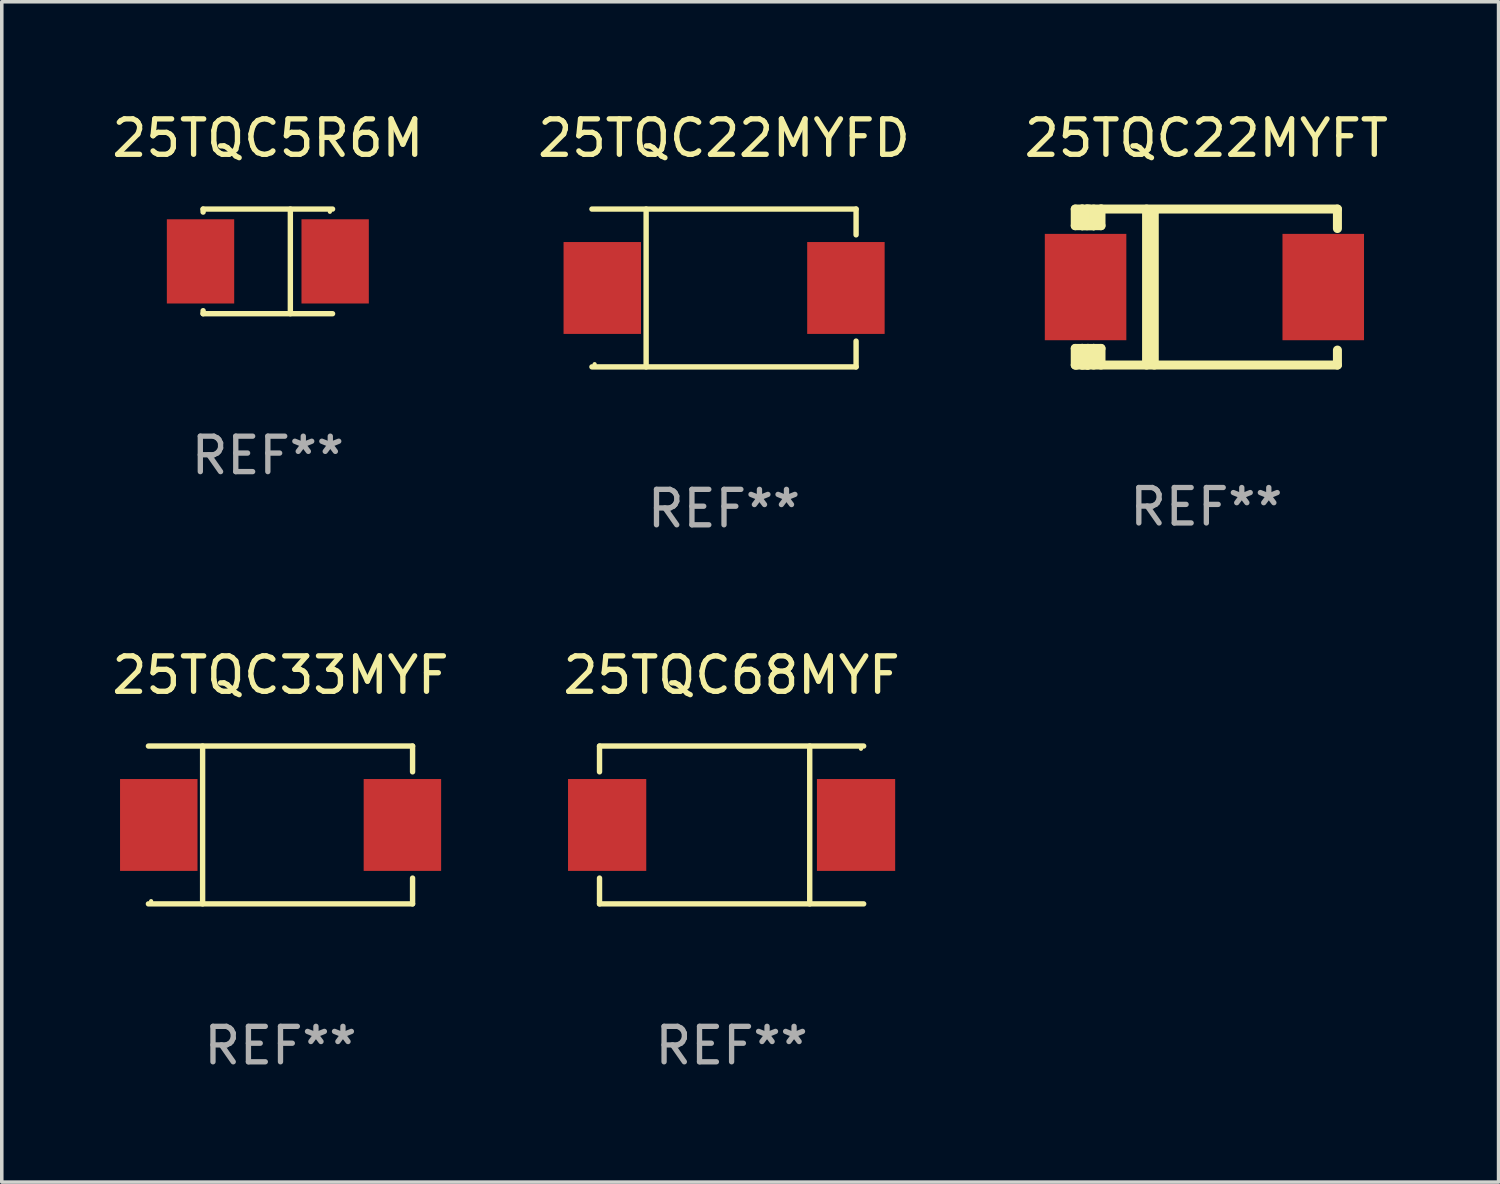
<source format=kicad_pcb>
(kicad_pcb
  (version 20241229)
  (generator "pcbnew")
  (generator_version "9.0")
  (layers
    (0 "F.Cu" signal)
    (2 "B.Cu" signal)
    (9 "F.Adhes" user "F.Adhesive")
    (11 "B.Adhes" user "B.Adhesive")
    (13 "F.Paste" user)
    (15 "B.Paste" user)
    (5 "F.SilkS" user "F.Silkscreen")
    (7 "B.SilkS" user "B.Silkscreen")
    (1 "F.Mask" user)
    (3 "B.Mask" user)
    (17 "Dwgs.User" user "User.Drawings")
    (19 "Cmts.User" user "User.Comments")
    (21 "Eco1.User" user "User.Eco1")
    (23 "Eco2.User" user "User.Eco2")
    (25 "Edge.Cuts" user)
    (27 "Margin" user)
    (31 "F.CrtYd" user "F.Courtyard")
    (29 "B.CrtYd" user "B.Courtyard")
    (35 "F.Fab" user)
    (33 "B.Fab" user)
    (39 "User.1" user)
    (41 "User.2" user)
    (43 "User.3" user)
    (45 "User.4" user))
  (footprint "25TQC22MYFT"
    (layer "F.Cu")
    (at 30.982 5.048)
    (property "Reference" "25TQC22MYFT" (at 0 -4.2 0) (layer "F.SilkS") (effects (font (size 1 1) (thickness 0.15))))
    (attr through_hole)
    (fp_line (start -3.698 -2.2) (end -3.502 -2.2) (stroke (width 0.254) (type solid)) (layer "F.SilkS"))
    (fp_line (start -3.698 -1.731) (end -3.698 -2.2) (stroke (width 0.254) (type solid)) (layer "F.SilkS"))
    (fp_line (start -3.698 -1.731) (end -3.502 -1.731) (stroke (width 0.254) (type solid)) (layer "F.SilkS"))
    (fp_line (start -3.698 1.731) (end -3.502 1.731) (stroke (width 0.254) (type solid)) (layer "F.SilkS"))
    (fp_line (start -3.698 2.2) (end -3.698 1.731) (stroke (width 0.254) (type solid)) (layer "F.SilkS"))
    (fp_line (start -3.66 2.2) (end -3.698 2.2) (stroke (width 0.254) (type solid)) (layer "F.SilkS"))
    (fp_line (start -3.66 2.2) (end -3.346 2.2) (stroke (width 0.254) (type solid)) (layer "F.SilkS"))
    (fp_line (start -3.502 -2.2) (end 3.698 -2.2) (stroke (width 0.254) (type solid)) (layer "F.SilkS"))
    (fp_line (start -3.502 -1.731) (end -3.502 -2.2) (stroke (width 0.254) (type solid)) (layer "F.SilkS"))
    (fp_line (start -3.502 1.731) (end -3.502 1.778) (stroke (width 0.254) (type solid)) (layer "F.SilkS"))
    (fp_line (start -3.502 1.731) (end -3.178 1.731) (stroke (width 0.254) (type solid)) (layer "F.SilkS"))
    (fp_line (start -3.502 1.778) (end -3.502 1.731) (stroke (width 0.254) (type solid)) (layer "F.SilkS"))
    (fp_line (start -3.502 2.2) (end -3.502 1.778) (stroke (width 0.254) (type solid)) (layer "F.SilkS"))
    (fp_line (start -3.502 2.2) (end 3.698 2.2) (stroke (width 0.254) (type solid)) (layer "F.SilkS"))
    (fp_line (start -3.367 -2.2) (end -3.367 -1.731) (stroke (width 0.254) (type solid)) (layer "F.SilkS"))
    (fp_line (start -3.346 1.731) (end -3.346 2.2) (stroke (width 0.254) (type solid)) (layer "F.SilkS"))
    (fp_line (start -3.346 2.2) (end -3.346 2.2) (stroke (width 0.254) (type solid)) (layer "F.SilkS"))
    (fp_line (start -3.332 1.731) (end -3.346 1.731) (stroke (width 0.254) (type solid)) (layer "F.SilkS"))
    (fp_line (start -3.303 -2.2) (end -3.367 -2.2) (stroke (width 0.254) (type solid)) (layer "F.SilkS"))
    (fp_line (start -3.179 -1.731) (end -3.179 -1.731) (stroke (width 0.254) (type solid)) (layer "F.SilkS"))
    (fp_line (start -3.179 1.731) (end -3.179 2.2) (stroke (width 0.254) (type solid)) (layer "F.SilkS"))
    (fp_line (start -3.178 -1.731) (end -3.502 -1.731) (stroke (width 0.254) (type solid)) (layer "F.SilkS"))
    (fp_line (start -3.178 -1.731) (end -3.179 -1.731) (stroke (width 0.254) (type solid)) (layer "F.SilkS"))
    (fp_line (start -3.178 -1.731) (end -3.178 -2.2) (stroke (width 0.254) (type solid)) (layer "F.SilkS"))
    (fp_line (start -3.178 1.731) (end -3.178 1.731) (stroke (width 0.254) (type solid)) (layer "F.SilkS"))
    (fp_line (start -2.972 -2.2) (end -2.972 -1.731) (stroke (width 0.254) (type solid)) (layer "F.SilkS"))
    (fp_line (start -2.972 -1.731) (end -3.502 -1.731) (stroke (width 0.254) (type solid)) (layer "F.SilkS"))
    (fp_line (start -2.972 1.731) (end -3.179 1.731) (stroke (width 0.254) (type solid)) (layer "F.SilkS"))
    (fp_line (start -2.972 1.731) (end -2.972 2.2) (stroke (width 0.254) (type solid)) (layer "F.SilkS"))
    (fp_line (start -2.957 -2.2) (end -2.972 -2.2) (stroke (width 0.254) (type solid)) (layer "F.SilkS"))
    (fp_line (start -1.686 -2.2) (end -1.686 2.2) (stroke (width 0.254) (type solid)) (layer "F.SilkS"))
    (fp_line (start -1.469 -2.159) (end -1.469 2.2) (stroke (width 0.254) (type solid)) (layer "F.SilkS"))
    (fp_line (start -1.452 -2.159) (end -1.469 -2.159) (stroke (width 0.254) (type solid)) (layer "F.SilkS"))
    (fp_line (start 3.698 -2.2) (end 3.698 -1.651) (stroke (width 0.254) (type solid)) (layer "F.SilkS"))
    (fp_line (start 3.698 2.2) (end 3.698 1.778) (stroke (width 0.254) (type solid)) (layer "F.SilkS"))
    (fp_circle (center -3.552 2.15) (end -3.522 2.15) (stroke (width 0.06) (type solid)) (fill no) (layer "F.SilkS"))
    (fp_text user "REF**" (at 0 6.2 0) (layer "F.Fab") (effects (font (size 1 1) (thickness 0.15))))
    (pad "1" smd rect (at -3.407 0) (size 2.3 3) (layers "F.Cu" "F.Mask" "F.Paste"))
    (pad "2" smd rect (at 3.298 0) (size 2.3 3) (layers "F.Cu" "F.Mask" "F.Paste")))
  (footprint "25TQC33MYF"
    (layer "F.Cu")
    (at 4.863 20.223)
    (property "Reference" "25TQC33MYF" (at 0 -4.226 0) (layer "F.SilkS") (effects (font (size 1 1) (thickness 0.15))))
    (attr through_hole)
    (fp_line (start -3.726 -2.226) (end 3.726 -2.226) (stroke (width 0.152) (type solid)) (layer "F.SilkS"))
    (fp_line (start -3.726 2.226) (end 3.726 2.226) (stroke (width 0.152) (type solid)) (layer "F.SilkS"))
    (fp_line (start -2.197 -2.226) (end -2.197 2.226) (stroke (width 0.152) (type solid)) (layer "F.SilkS"))
    (fp_line (start 3.726 -2.226) (end 3.726 -1.499) (stroke (width 0.152) (type solid)) (layer "F.SilkS"))
    (fp_line (start 3.726 2.226) (end 3.726 1.499) (stroke (width 0.152) (type solid)) (layer "F.SilkS"))
    (fp_circle (center -3.65 2.15) (end -3.62 2.15) (stroke (width 0.06) (type solid)) (fill no) (layer "F.SilkS"))
    (fp_text user "REF**" (at 0 6.226 0) (layer "F.Fab") (effects (font (size 1 1) (thickness 0.15))))
    (pad "1" smd rect (at -3.434 0 180) (size 2.185 2.592) (layers "F.Cu" "F.Mask" "F.Paste"))
    (pad "2" smd rect (at 3.439 0 180) (size 2.185 2.592) (layers "F.Cu" "F.Mask" "F.Paste")))
  (footprint "25TQC22MYFD"
    (layer "F.Cu")
    (at 17.375 5.074)
    (property "Reference" "25TQC22MYFD" (at 0 -4.226 0) (layer "F.SilkS") (effects (font (size 1 1) (thickness 0.15))))
    (attr through_hole)
    (fp_line (start -3.726 -2.226) (end 3.726 -2.226) (stroke (width 0.152) (type solid)) (layer "F.SilkS"))
    (fp_line (start -3.726 2.226) (end 3.726 2.226) (stroke (width 0.152) (type solid)) (layer "F.SilkS"))
    (fp_line (start -2.197 -2.226) (end -2.197 2.226) (stroke (width 0.152) (type solid)) (layer "F.SilkS"))
    (fp_line (start 3.726 -2.226) (end 3.726 -1.499) (stroke (width 0.152) (type solid)) (layer "F.SilkS"))
    (fp_line (start 3.726 2.226) (end 3.726 1.499) (stroke (width 0.152) (type solid)) (layer "F.SilkS"))
    (fp_circle (center -3.65 2.15) (end -3.62 2.15) (stroke (width 0.06) (type solid)) (fill no) (layer "F.SilkS"))
    (fp_text user "REF**" (at 0 6.226 0) (layer "F.Fab") (effects (font (size 1 1) (thickness 0.15))))
    (pad "1" smd rect (at -3.434 0 180) (size 2.185 2.592) (layers "F.Cu" "F.Mask" "F.Paste"))
    (pad "2" smd rect (at 3.439 0 180) (size 2.185 2.592) (layers "F.Cu" "F.Mask" "F.Paste")))
  (footprint "25TQC68MYF"
    (layer "F.Cu")
    (at 17.589 20.223)
    (property "Reference" "25TQC68MYF" (at 0 -4.226 0) (layer "F.SilkS") (effects (font (size 1 1) (thickness 0.15))))
    (attr through_hole)
    (fp_line (start -3.726 -2.226) (end -3.726 -1.499) (stroke (width 0.152) (type solid)) (layer "F.SilkS"))
    (fp_line (start -3.726 -2.226) (end 3.726 -2.226) (stroke (width 0.152) (type solid)) (layer "F.SilkS"))
    (fp_line (start -3.726 2.226) (end -3.726 1.499) (stroke (width 0.152) (type solid)) (layer "F.SilkS"))
    (fp_line (start -3.726 2.226) (end 3.726 2.226) (stroke (width 0.152) (type solid)) (layer "F.SilkS"))
    (fp_line (start 2.204 -2.226) (end 2.204 2.226) (stroke (width 0.152) (type solid)) (layer "F.SilkS"))
    (fp_circle (center 3.65 -2.15) (end 3.68 -2.15) (stroke (width 0.06) (type solid)) (fill no) (layer "F.SilkS"))
    (fp_text user "REF**" (at 0 6.226 0) (layer "F.Fab") (effects (font (size 1 1) (thickness 0.15))))
    (pad "1" smd rect (at 3.511 0) (size 2.207 2.592) (layers "F.Cu" "F.Mask" "F.Paste"))
    (pad "2" smd rect (at -3.511 0) (size 2.207 2.592) (layers "F.Cu" "F.Mask" "F.Paste")))
  (footprint "25TQC5R6M"
    (layer "F.Cu")
    (at 4.506 4.324)
    (property "Reference" "25TQC5R6M" (at 0 -3.476 0) (layer "F.SilkS") (effects (font (size 1 1) (thickness 0.15))))
    (attr through_hole)
    (fp_line (start -1.826 -1.476) (end -1.826 -1.391) (stroke (width 0.152) (type solid)) (layer "F.SilkS"))
    (fp_line (start -1.826 -1.476) (end 1.826 -1.476) (stroke (width 0.152) (type solid)) (layer "F.SilkS"))
    (fp_line (start -1.826 1.476) (end -1.826 1.391) (stroke (width 0.152) (type solid)) (layer "F.SilkS"))
    (fp_line (start -1.826 1.476) (end 1.826 1.476) (stroke (width 0.152) (type solid)) (layer "F.SilkS"))
    (fp_line (start 0.635 -1.476) (end 0.635 1.476) (stroke (width 0.152) (type solid)) (layer "F.SilkS"))
    (fp_circle (center 1.75 -1.4) (end 1.78 -1.4) (stroke (width 0.06) (type solid)) (fill no) (layer "F.SilkS"))
    (fp_text user "REF**" (at 0 5.476 0) (layer "F.Fab") (effects (font (size 1 1) (thickness 0.15))))
    (pad "1" smd rect (at 1.899 0) (size 1.9 2.376) (layers "F.Cu" "F.Mask" "F.Paste"))
    (pad "2" smd rect (at -1.899 0) (size 1.9 2.376) (layers "F.Cu" "F.Mask" "F.Paste")))
  (gr_rect
    (start -3 -3)
    (end 39.226 30.298)
    (stroke (width 0.1) (type default))
    (fill no)
    (layer "Edge.Cuts")))
</source>
